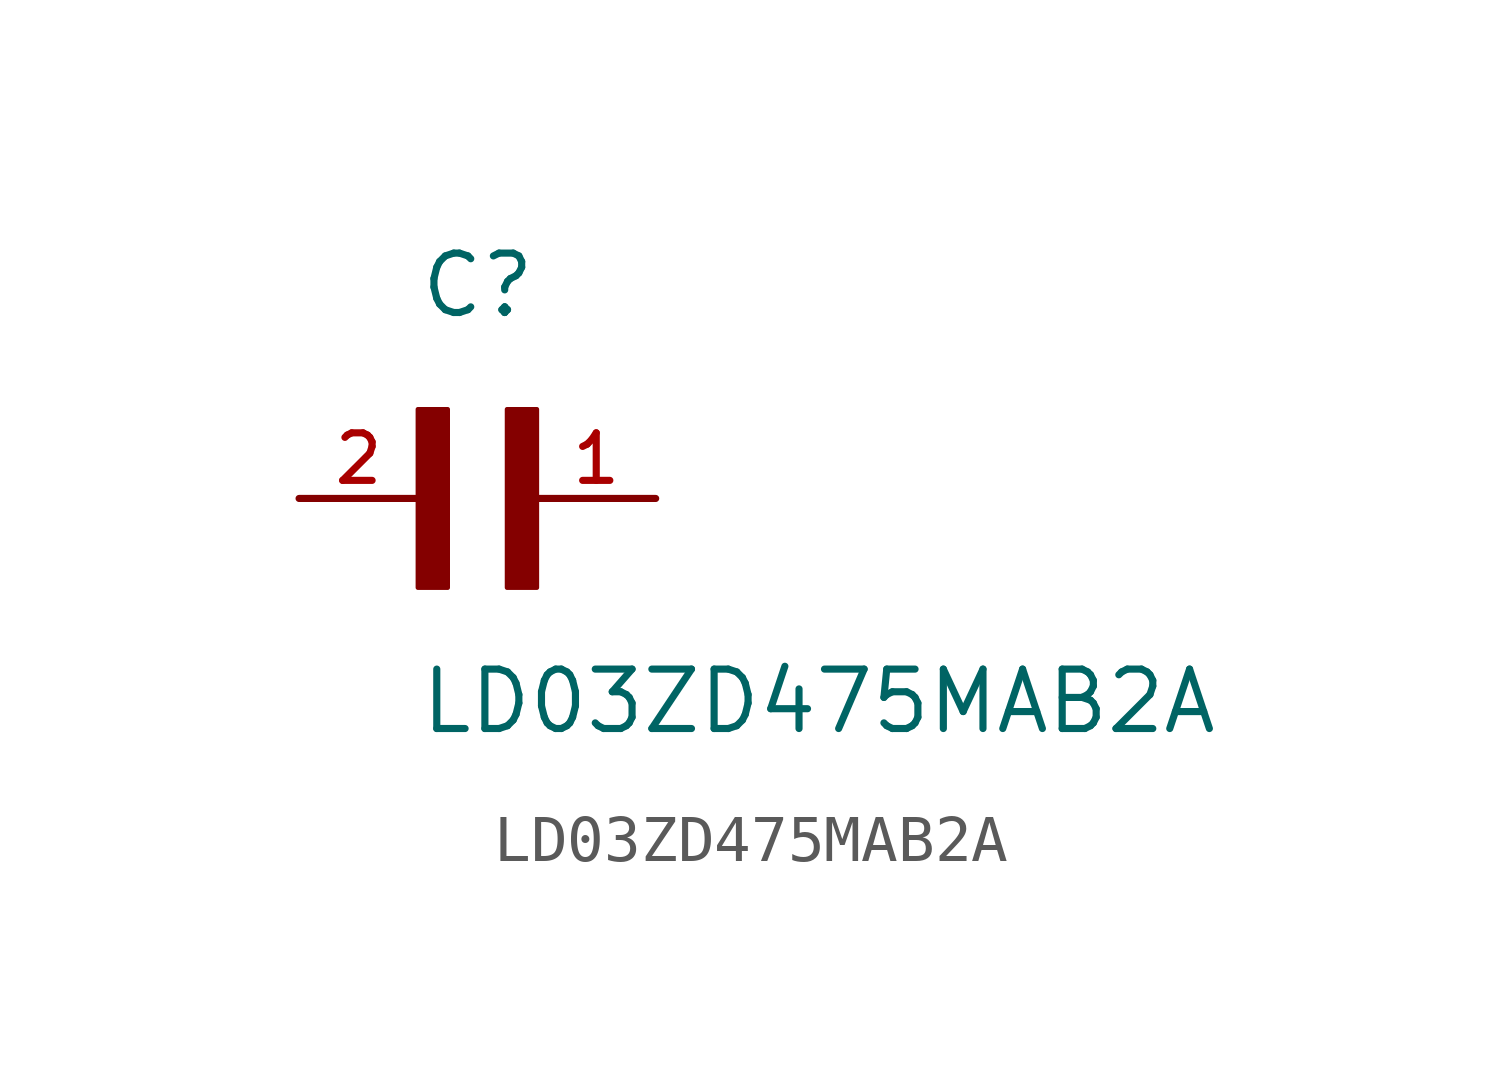
<source format=kicad_sym>
(kicad_symbol_lib
  (version 20211014)
  (generator kicad_symbol_editor)
  (symbol "LD03ZD475MAB2A"
    (pin_names
      (offset 1.016))
    (property "Reference" "C"
      (at 0.0 3.81 0)
      (effects (font (size 1.27 1.27)) (justify bottom left)))
    (property "Value" "LD03ZD475MAB2A"
      (at 0.0 -5.08 0)
      (effects (font (size 1.27 1.27)) (justify bottom left)))
    (symbol "LD03ZD475MAB2A_0_0"
      (rectangle (start 0.0 -1.905) (end 0.635 1.905) (stroke (width 0.1)) (fill (type outline)))
      (rectangle (start 1.905 -1.905) (end 2.54 1.905) (stroke (width 0.1)) (fill (type outline)))
      (pin passive line (at 5.08 0.0 180.0) (length 2.54) (name "~" (effects (font (size 1.016 1.016)))) (number "1" (effects (font (size 1.016 1.016)))))
      (pin passive line (at -2.54 0.0 0) (length 2.54) (name "~" (effects (font (size 1.016 1.016)))) (number "2" (effects (font (size 1.016 1.016))))))))
</source>
